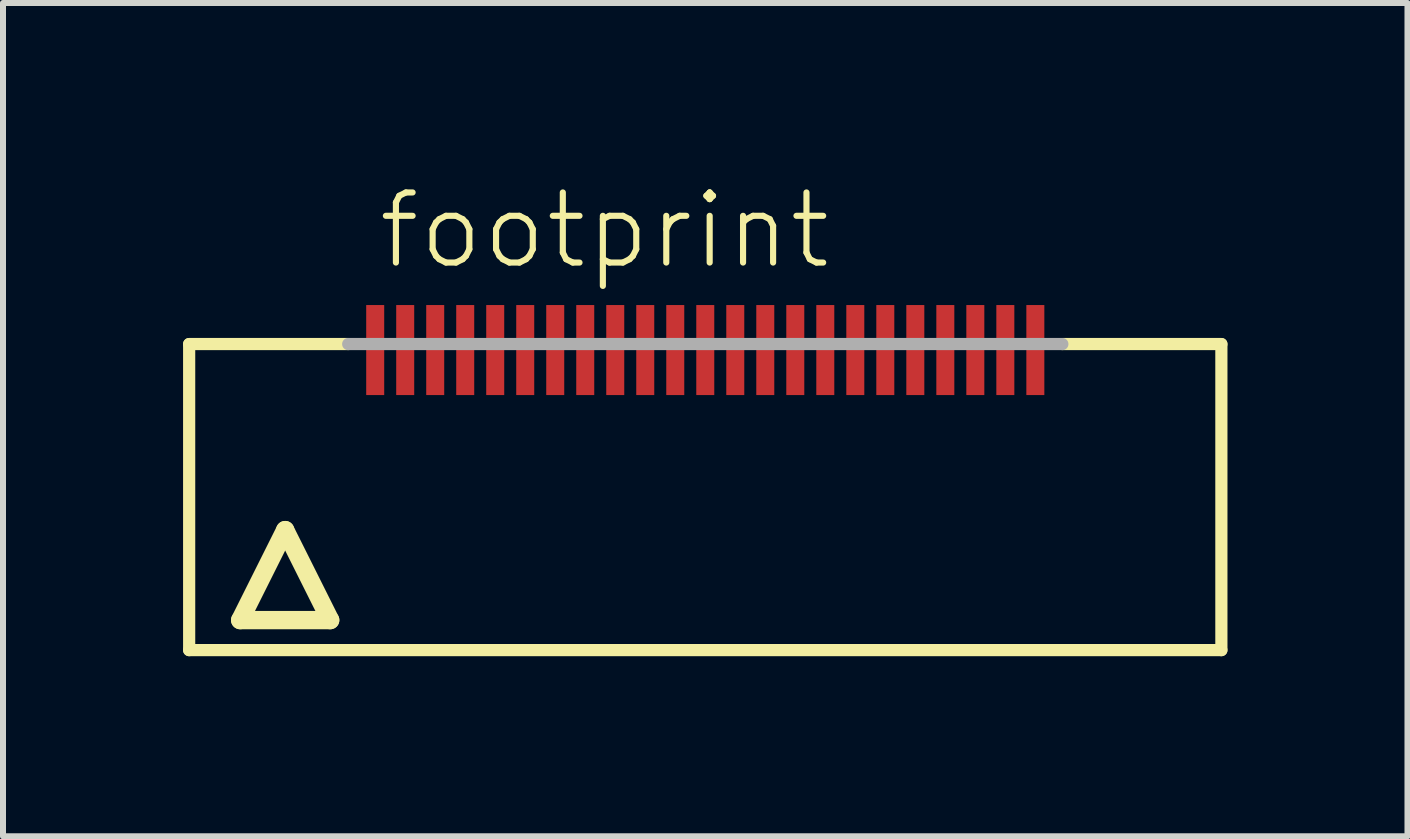
<source format=kicad_pcb>
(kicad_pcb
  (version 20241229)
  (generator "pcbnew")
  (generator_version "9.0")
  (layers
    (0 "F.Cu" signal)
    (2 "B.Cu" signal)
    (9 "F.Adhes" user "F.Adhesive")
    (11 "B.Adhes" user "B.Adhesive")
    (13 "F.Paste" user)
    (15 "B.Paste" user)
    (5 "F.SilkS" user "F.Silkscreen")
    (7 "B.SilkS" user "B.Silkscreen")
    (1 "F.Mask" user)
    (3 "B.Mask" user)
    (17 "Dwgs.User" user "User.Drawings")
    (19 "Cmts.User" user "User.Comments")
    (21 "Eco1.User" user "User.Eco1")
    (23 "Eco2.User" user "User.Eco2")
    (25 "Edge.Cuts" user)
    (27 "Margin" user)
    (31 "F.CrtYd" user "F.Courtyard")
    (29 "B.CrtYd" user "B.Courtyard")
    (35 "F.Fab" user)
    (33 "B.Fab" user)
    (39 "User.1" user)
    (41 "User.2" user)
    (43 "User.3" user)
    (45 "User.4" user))
  (footprint "footprint"
    (layer "F.Cu")
    (at 8.702 5.283)
    (property "Reference" "footprint" (at -5.5 -3.81 0) (layer "F.SilkS") (effects (font (size 1.168 1.168) (thickness 0.102)) (justify left bottom)))
    (fp_line (start -8.6 -2.6) (end -5.95 -2.6) (stroke (width 0.203) (type solid)) (layer "F.SilkS"))
    (fp_line (start -8.6 2.5) (end -8.6 -2.6) (stroke (width 0.203) (type solid)) (layer "F.SilkS"))
    (fp_line (start -7.75 2) (end -6.25 2) (stroke (width 0.305) (type solid)) (layer "F.SilkS"))
    (fp_line (start -7 0.5) (end -7.75 2) (stroke (width 0.305) (type solid)) (layer "F.SilkS"))
    (fp_line (start -6.25 2) (end -7 0.5) (stroke (width 0.305) (type solid)) (layer "F.SilkS"))
    (fp_line (start 5.95 -2.6) (end 8.6 -2.6) (stroke (width 0.203) (type solid)) (layer "F.SilkS"))
    (fp_line (start 8.6 -2.6) (end 8.6 2.5) (stroke (width 0.203) (type solid)) (layer "F.SilkS"))
    (fp_line (start 8.6 2.5) (end -8.6 2.5) (stroke (width 0.203) (type solid)) (layer "F.SilkS"))
    (fp_line (start -5.95 -2.6) (end 5.95 -2.6) (stroke (width 0.203) (type solid)) (layer "F.Fab"))
    (pad "1" smd rect (at -5.5 -2.5) (size 0.3 1.5) (layers "F.Cu" "F.Mask" "F.Paste"))
    (pad "2" smd rect (at -5 -2.5) (size 0.3 1.5) (layers "F.Cu" "F.Mask" "F.Paste"))
    (pad "3" smd rect (at -4.5 -2.5) (size 0.3 1.5) (layers "F.Cu" "F.Mask" "F.Paste"))
    (pad "4" smd rect (at -4 -2.5) (size 0.3 1.5) (layers "F.Cu" "F.Mask" "F.Paste"))
    (pad "5" smd rect (at -3.5 -2.5) (size 0.3 1.5) (layers "F.Cu" "F.Mask" "F.Paste"))
    (pad "6" smd rect (at -3 -2.5) (size 0.3 1.5) (layers "F.Cu" "F.Mask" "F.Paste"))
    (pad "7" smd rect (at -2.5 -2.5) (size 0.3 1.5) (layers "F.Cu" "F.Mask" "F.Paste"))
    (pad "8" smd rect (at -2 -2.5) (size 0.3 1.5) (layers "F.Cu" "F.Mask" "F.Paste"))
    (pad "9" smd rect (at -1.5 -2.5) (size 0.3 1.5) (layers "F.Cu" "F.Mask" "F.Paste"))
    (pad "10" smd rect (at -1 -2.5) (size 0.3 1.5) (layers "F.Cu" "F.Mask" "F.Paste"))
    (pad "11" smd rect (at -0.5 -2.5) (size 0.3 1.5) (layers "F.Cu" "F.Mask" "F.Paste"))
    (pad "12" smd rect (at 0 -2.5) (size 0.3 1.5) (layers "F.Cu" "F.Mask" "F.Paste"))
    (pad "13" smd rect (at 0.5 -2.5) (size 0.3 1.5) (layers "F.Cu" "F.Mask" "F.Paste"))
    (pad "14" smd rect (at 1 -2.5) (size 0.3 1.5) (layers "F.Cu" "F.Mask" "F.Paste"))
    (pad "15" smd rect (at 1.5 -2.5) (size 0.3 1.5) (layers "F.Cu" "F.Mask" "F.Paste"))
    (pad "16" smd rect (at 2 -2.5) (size 0.3 1.5) (layers "F.Cu" "F.Mask" "F.Paste"))
    (pad "17" smd rect (at 2.5 -2.5) (size 0.3 1.5) (layers "F.Cu" "F.Mask" "F.Paste"))
    (pad "18" smd rect (at 3 -2.5) (size 0.3 1.5) (layers "F.Cu" "F.Mask" "F.Paste"))
    (pad "19" smd rect (at 3.5 -2.5) (size 0.3 1.5) (layers "F.Cu" "F.Mask" "F.Paste"))
    (pad "20" smd rect (at 4 -2.5) (size 0.3 1.5) (layers "F.Cu" "F.Mask" "F.Paste"))
    (pad "21" smd rect (at 4.5 -2.5) (size 0.3 1.5) (layers "F.Cu" "F.Mask" "F.Paste"))
    (pad "22" smd rect (at 5 -2.5) (size 0.3 1.5) (layers "F.Cu" "F.Mask" "F.Paste"))
    (pad "23" smd rect (at 5.5 -2.5) (size 0.3 1.5) (layers "F.Cu" "F.Mask" "F.Paste")))
  (gr_rect
    (start -3 -3)
    (end 20.403 10.885)
    (stroke (width 0.1) (type default))
    (fill no)
    (layer "Edge.Cuts")))
</source>
